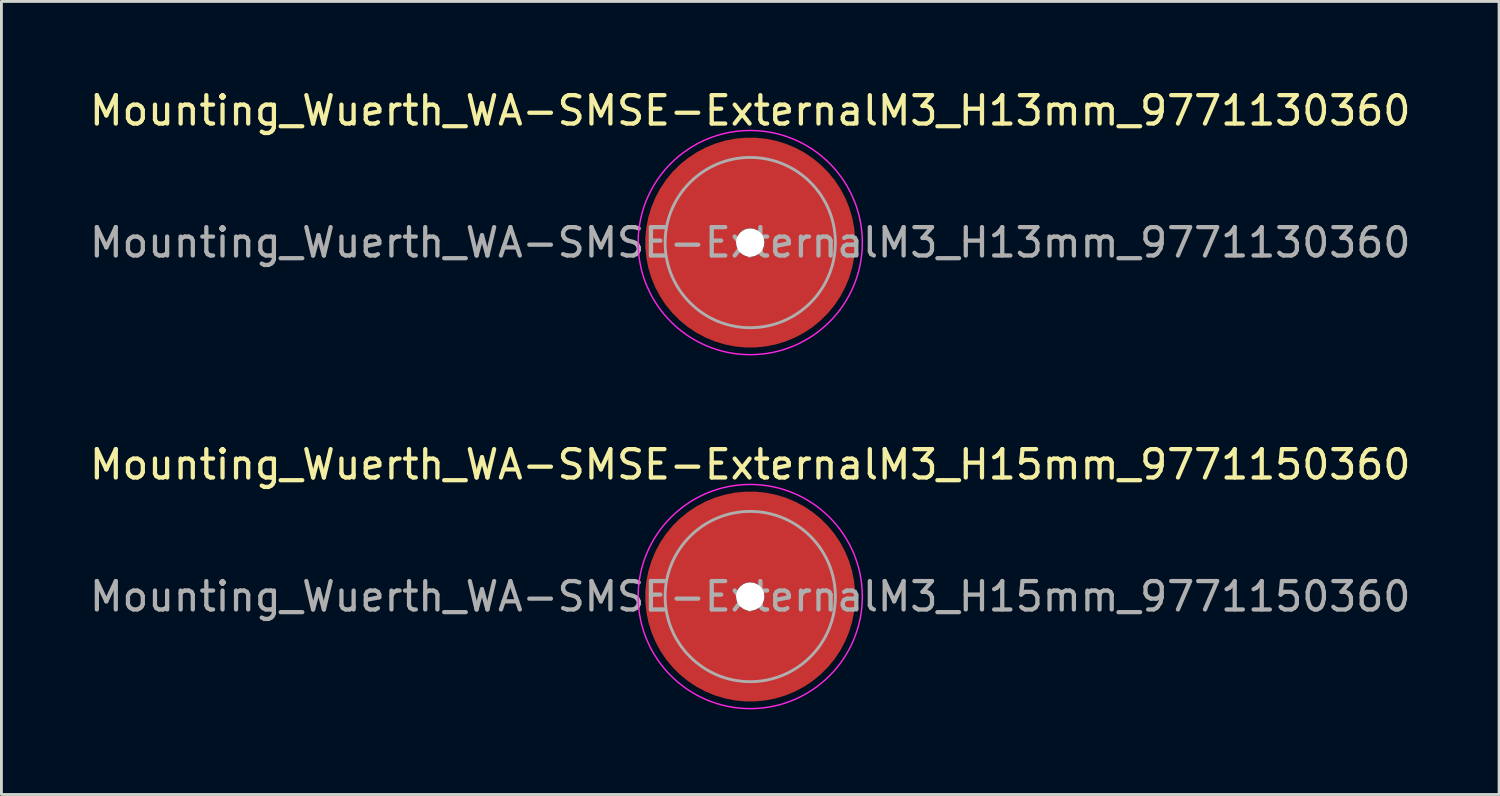
<source format=kicad_pcb>
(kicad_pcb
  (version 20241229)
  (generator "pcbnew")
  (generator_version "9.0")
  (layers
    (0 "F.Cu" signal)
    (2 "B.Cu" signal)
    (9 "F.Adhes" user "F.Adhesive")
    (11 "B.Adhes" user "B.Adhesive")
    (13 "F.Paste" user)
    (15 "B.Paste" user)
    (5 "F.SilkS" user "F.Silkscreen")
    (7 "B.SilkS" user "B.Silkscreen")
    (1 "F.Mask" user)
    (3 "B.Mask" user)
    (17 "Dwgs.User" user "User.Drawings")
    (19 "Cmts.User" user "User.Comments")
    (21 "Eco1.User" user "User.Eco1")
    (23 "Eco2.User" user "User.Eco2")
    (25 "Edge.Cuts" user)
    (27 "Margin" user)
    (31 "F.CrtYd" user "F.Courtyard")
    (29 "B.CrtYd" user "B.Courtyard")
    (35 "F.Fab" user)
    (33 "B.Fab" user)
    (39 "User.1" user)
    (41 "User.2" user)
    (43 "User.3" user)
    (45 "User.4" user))
  (footprint "Mounting_Wuerth_WA-SMSE-ExternalM3_H13mm_9771130360"
    (layer "F.Cu")
    (at 23.387 5.498)
    (property "Reference" "Mounting_Wuerth_WA-SMSE-ExternalM3_H13mm_9771130360" (at 0 -4.65 0) (layer "F.SilkS") (effects (font (size 1 1) (thickness 0.15))))
    (attr smd)
    (fp_circle (center 0 0) (end 3.95 0) (stroke (width 0.05) (type solid)) (fill no) (layer "F.CrtYd"))
    (fp_circle (center 0 0) (end 3 0) (stroke (width 0.1) (type solid)) (fill no) (layer "F.Fab"))
    (fp_text user "${REFERENCE}" (at 0 0 0) (layer "F.Fab") (effects (font (size 1 1) (thickness 0.15))))
    (pad "" smd custom (at 0 -2.1) (size 2.6 2.6) (layers "F.Paste") (options (anchor circle)) (primitives (gr_arc (start -0.305123 1.47) (mid -0.000513 1.4) (end 0.3042 1.469554) (width 0.2)) (gr_arc (start -0.493052 1.47) (mid -0.000664 1.3) (end 0.492006 1.469183) (width 0.2)) (gr_arc (start -0.642729 1.47) (mid -0.000361 1.2) (end 0.642223 1.469484) (width 0.2)) (gr_arc (start -0.776595 1.47) (mid -0.00087 1.1) (end 0.775497 1.468649) (width 0.2)) (gr_arc (start -0.901721 1.47) (mid -0.00018 1) (end 0.901515 1.469705) (width 0.2)) (gr_arc (start -1.021323 1.47) (mid -0.000665 0.9) (end 1.020624 1.468868) (width 0.2)) (gr_arc (start -1.137146 1.47) (mid -0.000289 0.8) (end 1.136866 1.469495) (width 0.2)) (gr_arc (start -1.25024 1.47) (mid -0.000155 0.7) (end 1.250101 1.469724) (width 0.2)) (gr_arc (start -1.361286 1.47) (mid -0.000403 0.6) (end 1.360947 1.469268) (width 0.2)) (gr_arc (start -1.470748 1.47) (mid -0.000334 0.5) (end 1.470485 1.469386) (width 0.2)) (gr_arc (start -1.578955 1.47) (mid -0.001427 0.400001) (end 1.577895 1.46735) (width 0.2)) (gr_arc (start -1.686149 1.47) (mid -0.000398 0.3) (end 1.68587 1.469254) (width 0.2)) (gr_arc (start -1.792512 1.47) (mid -0.001173 0.200001) (end 1.791733 1.467788) (width 0.2)) (gr_arc (start -1.898183 1.47) (mid -0.001368 0.100001) (end 1.89732 1.467404) (width 0.2)) (gr_arc (start -2.003272 1.47) (mid -0.001554 0.000001) (end 2.002338 1.467036) (width 0.2)) (gr_arc (start -2.107866 1.47) (mid -0.00037 -0.1) (end 2.107654 1.469292) (width 0.2)) (gr_arc (start -2.212035 1.47) (mid -0.00011 -0.2) (end 2.211975 1.469788) (width 0.2)) (gr_arc (start -2.315837 1.47) (mid -0.001322 -0.3) (end 2.315142 1.46745) (width 0.2)) (gr_arc (start -2.419318 1.47) (mid -0.000179 -0.4) (end 2.419228 1.469653) (width 0.2)) (gr_arc (start -2.522519 1.47) (mid -0.001235 -0.5) (end 2.521919 1.467604) (width 0.2)) (gr_arc (start -2.625471 1.47) (mid -0.000311 -0.6) (end 2.625326 1.469395) (width 0.2)) (gr_arc (start -2.728205 1.47) (mid -0.002303 -0.7) (end 2.727165 1.465513) (width 0.2)) (gr_arc (start -2.830742 1.47) (mid -0.000149 -0.8) (end 2.830677 1.469709) (width 0.2)) (gr_arc (start -2.933104 1.47) (mid -0.001447 -0.899999) (end 2.932495 1.46717) (width 0.2)) (gr_arc (start -3.035309 1.47) (mid -0.001317 -1) (end 3.034773 1.467421) (width 0.2)) (gr_arc (start -3.137372 1.47) (mid -0.002554 -1.099999) (end 3.136362 1.464993) (width 0.2)) (gr_arc (start -3.239305 1.47) (mid -0.002543 -1.199999) (end 3.23833 1.465008) (width 0.2)) (gr_arc (start -3.341123 1.47) (mid -0.001289 -1.3) (end 3.340644 1.467467) (width 0.2)) (gr_arc (start -3.442833 1.47) (mid -0.001847 -1.399999) (end 3.442166 1.466366) (width 0.2)) (gr_line (start 0.305 1.47) (end 3.443 1.47) (width 0.2)) (gr_line (start -0.305 1.47) (end -3.443 1.47) (width 0.2))))
    (pad "" np_thru_hole circle (at 0 0) (size 1 1) (drill 1) (layers "*.Cu" "*.Mask"))
    (pad "" smd custom (at 0 2.1) (size 2.6 2.6) (layers "F.Paste") (options (anchor circle)) (primitives (gr_arc (start 0.305123 -1.47) (mid 0.000513 -1.4) (end -0.3042 -1.469554) (width 0.2)) (gr_arc (start 0.493052 -1.47) (mid 0.000664 -1.3) (end -0.492006 -1.469183) (width 0.2)) (gr_arc (start 0.642729 -1.47) (mid 0.000361 -1.2) (end -0.642223 -1.469484) (width 0.2)) (gr_arc (start 0.776595 -1.47) (mid 0.00087 -1.1) (end -0.775497 -1.468649) (width 0.2)) (gr_arc (start 0.901721 -1.47) (mid 0.00018 -1) (end -0.901515 -1.469705) (width 0.2)) (gr_arc (start 1.021323 -1.47) (mid 0.000665 -0.9) (end -1.020624 -1.468868) (width 0.2)) (gr_arc (start 1.137146 -1.47) (mid 0.000289 -0.8) (end -1.136866 -1.469495) (width 0.2)) (gr_arc (start 1.25024 -1.47) (mid 0.000155 -0.7) (end -1.250101 -1.469724) (width 0.2)) (gr_arc (start 1.361286 -1.47) (mid 0.000403 -0.6) (end -1.360947 -1.469268) (width 0.2)) (gr_arc (start 1.470748 -1.47) (mid 0.000334 -0.5) (end -1.470485 -1.469386) (width 0.2)) (gr_arc (start 1.578955 -1.47) (mid 0.001427 -0.400001) (end -1.577895 -1.46735) (width 0.2)) (gr_arc (start 1.686149 -1.47) (mid 0.000398 -0.3) (end -1.68587 -1.469254) (width 0.2)) (gr_arc (start 1.792512 -1.47) (mid 0.001173 -0.200001) (end -1.791733 -1.467788) (width 0.2)) (gr_arc (start 1.898183 -1.47) (mid 0.001368 -0.100001) (end -1.89732 -1.467404) (width 0.2)) (gr_arc (start 2.003272 -1.47) (mid 0.001554 -0.000001) (end -2.002338 -1.467036) (width 0.2)) (gr_arc (start 2.107866 -1.47) (mid 0.00037 0.1) (end -2.107654 -1.469292) (width 0.2)) (gr_arc (start 2.212035 -1.47) (mid 0.00011 0.2) (end -2.211975 -1.469788) (width 0.2)) (gr_arc (start 2.315837 -1.47) (mid 0.001322 0.3) (end -2.315142 -1.46745) (width 0.2)) (gr_arc (start 2.419318 -1.47) (mid 0.000179 0.4) (end -2.419228 -1.469653) (width 0.2)) (gr_arc (start 2.522519 -1.47) (mid 0.001235 0.5) (end -2.521919 -1.467604) (width 0.2)) (gr_arc (start 2.625471 -1.47) (mid 0.000311 0.6) (end -2.625326 -1.469395) (width 0.2)) (gr_arc (start 2.728205 -1.47) (mid 0.002303 0.7) (end -2.727165 -1.465513) (width 0.2)) (gr_arc (start 2.830742 -1.47) (mid 0.000149 0.8) (end -2.830677 -1.469709) (width 0.2)) (gr_arc (start 2.933104 -1.47) (mid 0.001447 0.899999) (end -2.932495 -1.46717) (width 0.2)) (gr_arc (start 3.035309 -1.47) (mid 0.001317 1) (end -3.034773 -1.467421) (width 0.2)) (gr_arc (start 3.137372 -1.47) (mid 0.002554 1.099999) (end -3.136362 -1.464993) (width 0.2)) (gr_arc (start 3.239305 -1.47) (mid 0.002543 1.199999) (end -3.23833 -1.465008) (width 0.2)) (gr_arc (start 3.341123 -1.47) (mid 0.001289 1.3) (end -3.340644 -1.467467) (width 0.2)) (gr_arc (start 3.442833 -1.47) (mid 0.001847 1.399999) (end -3.442166 -1.466366) (width 0.2)) (gr_line (start -0.305 -1.47) (end -3.443 -1.47) (width 0.2)) (gr_line (start 0.305 -1.47) (end 3.443 -1.47) (width 0.2))))
    (pad "1" smd circle (at -2.1 0) (size 2.8 2.8) (layers "F.Cu"))
    (pad "1" smd circle (at 0 -2.1) (size 2.8 2.8) (layers "F.Cu"))
    (pad "1" smd circle (at 0 2.1) (size 2.8 2.8) (layers "F.Cu"))
    (pad "1" smd custom (at 2.1 0) (size 2.8 2.8) (layers "F.Cu" "F.Mask") (options (anchor circle)) (primitives (gr_circle (center -2.1 0) (end 0 0) (width 3.2) (fill no)))))
  (footprint "Mounting_Wuerth_WA-SMSE-ExternalM3_H15mm_9771150360"
    (layer "F.Cu")
    (at 23.387 17.971)
    (property "Reference" "Mounting_Wuerth_WA-SMSE-ExternalM3_H15mm_9771150360" (at 0 -4.65 0) (layer "F.SilkS") (effects (font (size 1 1) (thickness 0.15))))
    (attr smd)
    (fp_circle (center 0 0) (end 3.95 0) (stroke (width 0.05) (type solid)) (fill no) (layer "F.CrtYd"))
    (fp_circle (center 0 0) (end 3 0) (stroke (width 0.1) (type solid)) (fill no) (layer "F.Fab"))
    (fp_text user "${REFERENCE}" (at 0 0 0) (layer "F.Fab") (effects (font (size 1 1) (thickness 0.15))))
    (pad "" smd custom (at 0 -2.1) (size 2.6 2.6) (layers "F.Paste") (options (anchor circle)) (primitives (gr_arc (start -0.305123 1.47) (mid -0.000513 1.4) (end 0.3042 1.469554) (width 0.2)) (gr_arc (start -0.493052 1.47) (mid -0.000664 1.3) (end 0.492006 1.469183) (width 0.2)) (gr_arc (start -0.642729 1.47) (mid -0.000361 1.2) (end 0.642223 1.469484) (width 0.2)) (gr_arc (start -0.776595 1.47) (mid -0.00087 1.1) (end 0.775497 1.468649) (width 0.2)) (gr_arc (start -0.901721 1.47) (mid -0.00018 1) (end 0.901515 1.469705) (width 0.2)) (gr_arc (start -1.021323 1.47) (mid -0.000665 0.9) (end 1.020624 1.468868) (width 0.2)) (gr_arc (start -1.137146 1.47) (mid -0.000289 0.8) (end 1.136866 1.469495) (width 0.2)) (gr_arc (start -1.25024 1.47) (mid -0.000155 0.7) (end 1.250101 1.469724) (width 0.2)) (gr_arc (start -1.361286 1.47) (mid -0.000403 0.6) (end 1.360947 1.469268) (width 0.2)) (gr_arc (start -1.470748 1.47) (mid -0.000334 0.5) (end 1.470485 1.469386) (width 0.2)) (gr_arc (start -1.578955 1.47) (mid -0.001427 0.400001) (end 1.577895 1.46735) (width 0.2)) (gr_arc (start -1.686149 1.47) (mid -0.000398 0.3) (end 1.68587 1.469254) (width 0.2)) (gr_arc (start -1.792512 1.47) (mid -0.001173 0.200001) (end 1.791733 1.467788) (width 0.2)) (gr_arc (start -1.898183 1.47) (mid -0.001368 0.100001) (end 1.89732 1.467404) (width 0.2)) (gr_arc (start -2.003272 1.47) (mid -0.001554 0.000001) (end 2.002338 1.467036) (width 0.2)) (gr_arc (start -2.107866 1.47) (mid -0.00037 -0.1) (end 2.107654 1.469292) (width 0.2)) (gr_arc (start -2.212035 1.47) (mid -0.00011 -0.2) (end 2.211975 1.469788) (width 0.2)) (gr_arc (start -2.315837 1.47) (mid -0.001322 -0.3) (end 2.315142 1.46745) (width 0.2)) (gr_arc (start -2.419318 1.47) (mid -0.000179 -0.4) (end 2.419228 1.469653) (width 0.2)) (gr_arc (start -2.522519 1.47) (mid -0.001235 -0.5) (end 2.521919 1.467604) (width 0.2)) (gr_arc (start -2.625471 1.47) (mid -0.000311 -0.6) (end 2.625326 1.469395) (width 0.2)) (gr_arc (start -2.728205 1.47) (mid -0.002303 -0.7) (end 2.727165 1.465513) (width 0.2)) (gr_arc (start -2.830742 1.47) (mid -0.000149 -0.8) (end 2.830677 1.469709) (width 0.2)) (gr_arc (start -2.933104 1.47) (mid -0.001447 -0.899999) (end 2.932495 1.46717) (width 0.2)) (gr_arc (start -3.035309 1.47) (mid -0.001317 -1) (end 3.034773 1.467421) (width 0.2)) (gr_arc (start -3.137372 1.47) (mid -0.002554 -1.099999) (end 3.136362 1.464993) (width 0.2)) (gr_arc (start -3.239305 1.47) (mid -0.002543 -1.199999) (end 3.23833 1.465008) (width 0.2)) (gr_arc (start -3.341123 1.47) (mid -0.001289 -1.3) (end 3.340644 1.467467) (width 0.2)) (gr_arc (start -3.442833 1.47) (mid -0.001847 -1.399999) (end 3.442166 1.466366) (width 0.2)) (gr_line (start 0.305 1.47) (end 3.443 1.47) (width 0.2)) (gr_line (start -0.305 1.47) (end -3.443 1.47) (width 0.2))))
    (pad "" np_thru_hole circle (at 0 0) (size 1 1) (drill 1) (layers "*.Cu" "*.Mask"))
    (pad "" smd custom (at 0 2.1) (size 2.6 2.6) (layers "F.Paste") (options (anchor circle)) (primitives (gr_arc (start 0.305123 -1.47) (mid 0.000513 -1.4) (end -0.3042 -1.469554) (width 0.2)) (gr_arc (start 0.493052 -1.47) (mid 0.000664 -1.3) (end -0.492006 -1.469183) (width 0.2)) (gr_arc (start 0.642729 -1.47) (mid 0.000361 -1.2) (end -0.642223 -1.469484) (width 0.2)) (gr_arc (start 0.776595 -1.47) (mid 0.00087 -1.1) (end -0.775497 -1.468649) (width 0.2)) (gr_arc (start 0.901721 -1.47) (mid 0.00018 -1) (end -0.901515 -1.469705) (width 0.2)) (gr_arc (start 1.021323 -1.47) (mid 0.000665 -0.9) (end -1.020624 -1.468868) (width 0.2)) (gr_arc (start 1.137146 -1.47) (mid 0.000289 -0.8) (end -1.136866 -1.469495) (width 0.2)) (gr_arc (start 1.25024 -1.47) (mid 0.000155 -0.7) (end -1.250101 -1.469724) (width 0.2)) (gr_arc (start 1.361286 -1.47) (mid 0.000403 -0.6) (end -1.360947 -1.469268) (width 0.2)) (gr_arc (start 1.470748 -1.47) (mid 0.000334 -0.5) (end -1.470485 -1.469386) (width 0.2)) (gr_arc (start 1.578955 -1.47) (mid 0.001427 -0.400001) (end -1.577895 -1.46735) (width 0.2)) (gr_arc (start 1.686149 -1.47) (mid 0.000398 -0.3) (end -1.68587 -1.469254) (width 0.2)) (gr_arc (start 1.792512 -1.47) (mid 0.001173 -0.200001) (end -1.791733 -1.467788) (width 0.2)) (gr_arc (start 1.898183 -1.47) (mid 0.001368 -0.100001) (end -1.89732 -1.467404) (width 0.2)) (gr_arc (start 2.003272 -1.47) (mid 0.001554 -0.000001) (end -2.002338 -1.467036) (width 0.2)) (gr_arc (start 2.107866 -1.47) (mid 0.00037 0.1) (end -2.107654 -1.469292) (width 0.2)) (gr_arc (start 2.212035 -1.47) (mid 0.00011 0.2) (end -2.211975 -1.469788) (width 0.2)) (gr_arc (start 2.315837 -1.47) (mid 0.001322 0.3) (end -2.315142 -1.46745) (width 0.2)) (gr_arc (start 2.419318 -1.47) (mid 0.000179 0.4) (end -2.419228 -1.469653) (width 0.2)) (gr_arc (start 2.522519 -1.47) (mid 0.001235 0.5) (end -2.521919 -1.467604) (width 0.2)) (gr_arc (start 2.625471 -1.47) (mid 0.000311 0.6) (end -2.625326 -1.469395) (width 0.2)) (gr_arc (start 2.728205 -1.47) (mid 0.002303 0.7) (end -2.727165 -1.465513) (width 0.2)) (gr_arc (start 2.830742 -1.47) (mid 0.000149 0.8) (end -2.830677 -1.469709) (width 0.2)) (gr_arc (start 2.933104 -1.47) (mid 0.001447 0.899999) (end -2.932495 -1.46717) (width 0.2)) (gr_arc (start 3.035309 -1.47) (mid 0.001317 1) (end -3.034773 -1.467421) (width 0.2)) (gr_arc (start 3.137372 -1.47) (mid 0.002554 1.099999) (end -3.136362 -1.464993) (width 0.2)) (gr_arc (start 3.239305 -1.47) (mid 0.002543 1.199999) (end -3.23833 -1.465008) (width 0.2)) (gr_arc (start 3.341123 -1.47) (mid 0.001289 1.3) (end -3.340644 -1.467467) (width 0.2)) (gr_arc (start 3.442833 -1.47) (mid 0.001847 1.399999) (end -3.442166 -1.466366) (width 0.2)) (gr_line (start -0.305 -1.47) (end -3.443 -1.47) (width 0.2)) (gr_line (start 0.305 -1.47) (end 3.443 -1.47) (width 0.2))))
    (pad "1" smd circle (at -2.1 0) (size 2.8 2.8) (layers "F.Cu"))
    (pad "1" smd circle (at 0 -2.1) (size 2.8 2.8) (layers "F.Cu"))
    (pad "1" smd circle (at 0 2.1) (size 2.8 2.8) (layers "F.Cu"))
    (pad "1" smd custom (at 2.1 0) (size 2.8 2.8) (layers "F.Cu" "F.Mask") (options (anchor circle)) (primitives (gr_circle (center -2.1 0) (end 0 0) (width 3.2) (fill no)))))
  (gr_rect
    (start -3 -3)
    (end 49.774 24.947)
    (stroke (width 0.1) (type default))
    (fill no)
    (layer "Edge.Cuts")))
</source>
